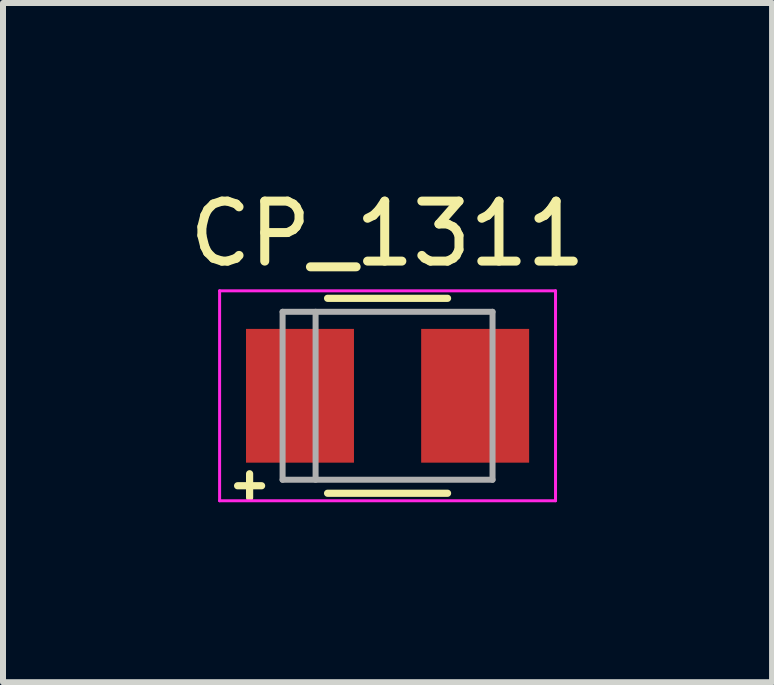
<source format=kicad_pcb>
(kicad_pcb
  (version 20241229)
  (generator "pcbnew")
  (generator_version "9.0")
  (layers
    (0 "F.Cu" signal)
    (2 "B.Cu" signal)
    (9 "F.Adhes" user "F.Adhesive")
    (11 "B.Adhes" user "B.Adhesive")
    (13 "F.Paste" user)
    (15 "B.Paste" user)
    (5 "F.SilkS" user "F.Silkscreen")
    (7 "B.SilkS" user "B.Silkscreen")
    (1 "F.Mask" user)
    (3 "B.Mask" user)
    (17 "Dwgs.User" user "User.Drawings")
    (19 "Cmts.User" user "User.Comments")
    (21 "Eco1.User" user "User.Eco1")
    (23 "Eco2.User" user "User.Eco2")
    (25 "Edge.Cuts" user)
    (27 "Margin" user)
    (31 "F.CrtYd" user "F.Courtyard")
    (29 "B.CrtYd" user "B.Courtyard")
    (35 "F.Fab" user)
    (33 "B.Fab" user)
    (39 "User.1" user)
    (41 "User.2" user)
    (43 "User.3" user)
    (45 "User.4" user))
  (footprint "CP_1311"
    (layer "F.Cu")
    (at 3.411 3.548)
    (property "Reference" "CP_1311" (at 0 -2.7 0) (layer "F.SilkS") (effects (font (size 1 1) (thickness 0.15))))
    (attr smd)
    (fp_line (start -2.5 1.5) (end -2.1 1.5) (stroke (width 0.12) (type solid)) (layer "F.SilkS"))
    (fp_line (start -2.3 1.3) (end -2.3 1.7) (stroke (width 0.12) (type solid)) (layer "F.SilkS"))
    (fp_line (start -1 1.625) (end 1 1.625) (stroke (width 0.12) (type solid)) (layer "F.SilkS"))
    (fp_line (start 1 -1.625) (end -1 -1.625) (stroke (width 0.12) (type solid)) (layer "F.SilkS"))
    (fp_line (start -2.8 -1.75) (end -2.8 1.75) (stroke (width 0.05) (type solid)) (layer "F.CrtYd"))
    (fp_line (start -2.8 -1.75) (end 2.8 -1.75) (stroke (width 0.05) (type solid)) (layer "F.CrtYd"))
    (fp_line (start -2.8 1.75) (end 2.8 1.75) (stroke (width 0.05) (type solid)) (layer "F.CrtYd"))
    (fp_line (start 2.8 -1.75) (end 2.8 1.75) (stroke (width 0.05) (type solid)) (layer "F.CrtYd"))
    (fp_line (start -1.75 -1.4) (end 1.75 -1.4) (stroke (width 0.1) (type solid)) (layer "F.Fab"))
    (fp_line (start -1.75 1.4) (end -1.75 -1.4) (stroke (width 0.1) (type solid)) (layer "F.Fab"))
    (fp_line (start -1.2 1.4) (end -1.2 -1.4) (stroke (width 0.1) (type solid)) (layer "F.Fab"))
    (fp_line (start 1.75 -1.4) (end 1.75 1.4) (stroke (width 0.1) (type solid)) (layer "F.Fab"))
    (fp_line (start 1.75 1.4) (end -1.75 1.4) (stroke (width 0.1) (type solid)) (layer "F.Fab"))
    (pad "1" smd rect (at -1.46 0) (size 1.8 2.23) (layers "F.Cu" "F.Mask" "F.Paste"))
    (pad "2" smd rect (at 1.46 0) (size 1.8 2.23) (layers "F.Cu" "F.Mask" "F.Paste")))
  (gr_rect
    (start -3 -3)
    (end 9.821 8.323)
    (stroke (width 0.1) (type default))
    (fill no)
    (layer "Edge.Cuts")))
</source>
